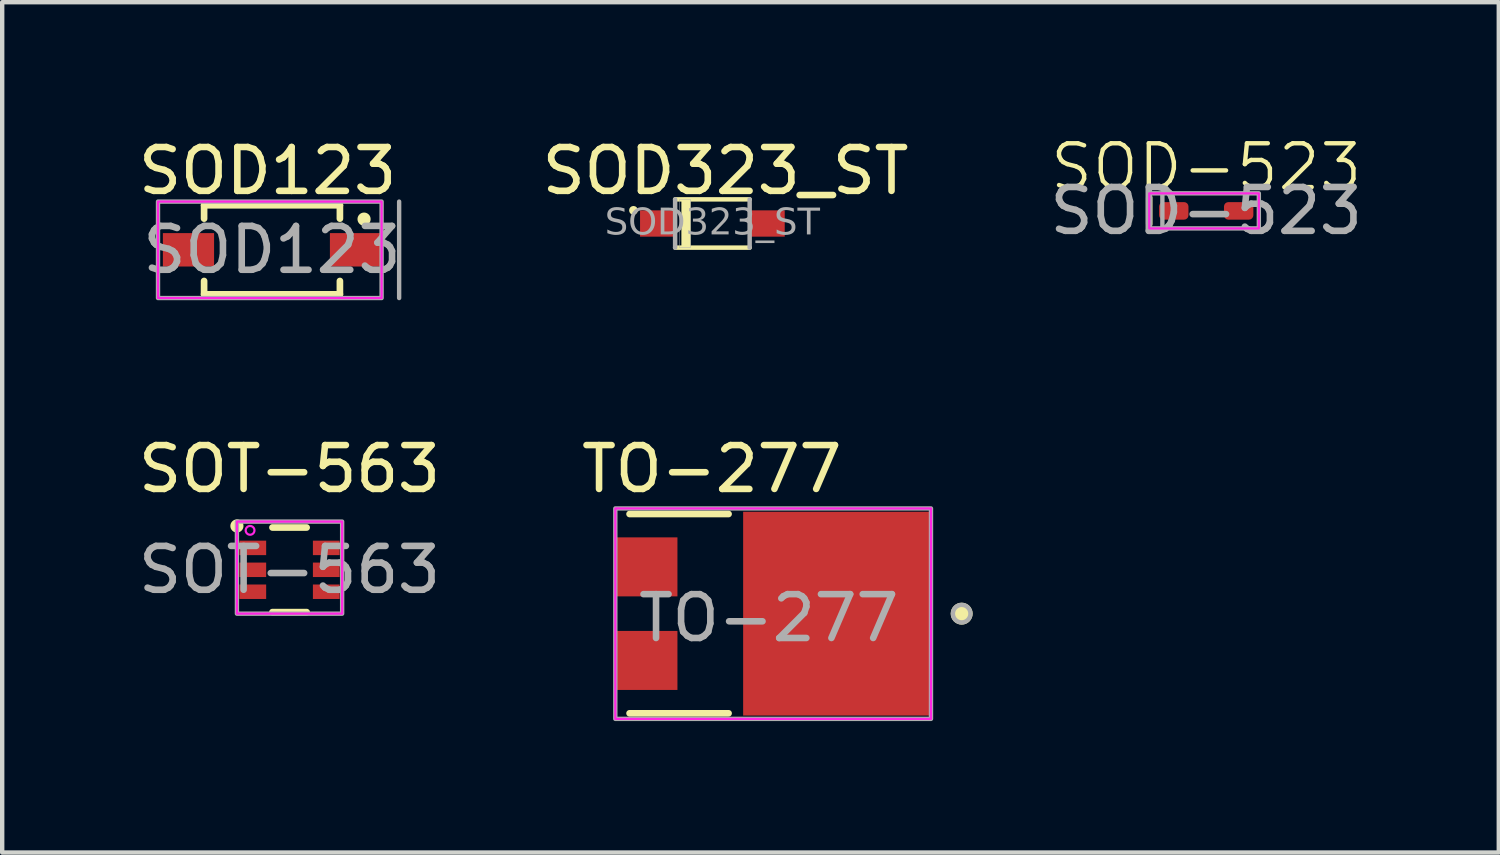
<source format=kicad_pcb>
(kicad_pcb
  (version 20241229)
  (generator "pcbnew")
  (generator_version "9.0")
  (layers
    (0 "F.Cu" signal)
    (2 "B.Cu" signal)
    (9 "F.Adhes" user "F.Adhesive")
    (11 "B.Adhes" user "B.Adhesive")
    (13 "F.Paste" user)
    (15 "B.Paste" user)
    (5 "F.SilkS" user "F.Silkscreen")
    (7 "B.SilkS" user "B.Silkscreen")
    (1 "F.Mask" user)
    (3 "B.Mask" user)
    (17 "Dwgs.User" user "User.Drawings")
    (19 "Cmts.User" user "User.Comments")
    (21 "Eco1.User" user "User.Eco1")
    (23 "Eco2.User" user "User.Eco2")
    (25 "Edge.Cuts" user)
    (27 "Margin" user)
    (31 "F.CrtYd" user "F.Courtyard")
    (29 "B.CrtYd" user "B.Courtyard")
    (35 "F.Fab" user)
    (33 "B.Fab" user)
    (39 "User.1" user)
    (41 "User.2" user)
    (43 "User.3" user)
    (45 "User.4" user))
  (footprint "SOT-563"
    (layer "F.Cu")
    (at 3.554 9.947)
    (property "Reference" "SOT-563" (at 0 -2.3 0) (unlocked yes) (layer "F.SilkS") (effects (font (size 1 1) (thickness 0.15))))
    (attr smd)
    (fp_line (start -0.39 0.965) (end 0.39 0.965) (stroke (width 0.152) (type solid)) (layer "F.SilkS"))
    (fp_line (start 0.39 -0.965) (end -0.39 -0.965) (stroke (width 0.152) (type solid)) (layer "F.SilkS"))
    (fp_circle (center -1.2 -1) (end -1.1 -1) (stroke (width 0.1) (type solid)) (fill yes) (layer "F.SilkS"))
    (fp_rect (start -1.2 -1.1) (end 1.2 1) (stroke (width 0.05) (type default)) (fill no) (layer "F.CrtYd"))
    (fp_circle (center -0.9 -0.9) (end -0.8 -0.9) (stroke (width 0.05) (type solid)) (fill no) (layer "F.CrtYd"))
    (fp_rect (start -1.2 -1.1) (end 1.2 1) (stroke (width 0.1) (type default)) (fill no) (layer "F.Fab"))
    (fp_text user "${REFERENCE}" (at 0 0 0) (unlocked yes) (layer "F.Fab") (effects (font (size 1 1) (thickness 0.15))))
    (pad "1" smd rect (at -0.838 -0.5) (size 0.61 0.33) (layers "F.Cu" "F.Mask" "F.Paste"))
    (pad "2" smd rect (at -0.838 0) (size 0.61 0.33) (layers "F.Cu" "F.Mask" "F.Paste"))
    (pad "3" smd rect (at -0.838 0.5) (size 0.61 0.33) (layers "F.Cu" "F.Mask" "F.Paste"))
    (pad "4" smd rect (at 0.838 0.5) (size 0.61 0.33) (layers "F.Cu" "F.Mask" "F.Paste"))
    (pad "5" smd rect (at 0.838 0) (size 0.61 0.33) (layers "F.Cu" "F.Mask" "F.Paste"))
    (pad "6" smd rect (at 0.838 -0.5) (size 0.61 0.33) (layers "F.Cu" "F.Mask" "F.Paste")))
  (footprint "SOD-523"
    (layer "F.Cu")
    (at 24.463 1.76)
    (property "Reference" "SOD-523" (at 0 -1 0) (unlocked yes) (layer "F.SilkS") (effects (font (size 1 1) (thickness 0.1))))
    (attr smd)
    (fp_line (start -1.3 -0.3) (end -1.3 0.3) (stroke (width 0.15) (type default)) (layer "F.SilkS"))
    (fp_rect (start -1.3 -0.4) (end 1.2 0.4) (stroke (width 0.05) (type default)) (fill no) (layer "F.CrtYd"))
    (fp_line (start -1 -0.4) (end -1 0.4) (stroke (width 0.1) (type default)) (layer "F.Fab"))
    (fp_rect (start -1.3 -0.4) (end 1.2 0.4) (stroke (width 0.1) (type default)) (fill no) (layer "F.Fab"))
    (fp_text user "${REFERENCE}" (at 0 0 0) (unlocked yes) (layer "F.Fab") (effects (font (size 1 1) (thickness 0.15))))
    (pad "A" smd roundrect (at 0.74 0) (size 0.67 0.4) (layers "F.Cu" "F.Mask" "F.Paste") (roundrect_rratio 0.25))
    (pad "C" smd roundrect (at -0.74 0) (size 0.67 0.4) (layers "F.Cu" "F.Mask" "F.Paste") (roundrect_rratio 0.25)))
  (footprint "SOD123"
    (layer "F.Cu")
    (at 3.154 2.648)
    (property "Reference" "SOD123" (at -0.1 -1.8 0) (layer "F.SilkS") (effects (font (size 1 1) (thickness 0.15))))
    (attr smd)
    (fp_line (start -1.549 -1.016) (end -1.549 -0.711) (stroke (width 0.152) (type solid)) (layer "F.SilkS"))
    (fp_line (start -1.549 0.711) (end -1.549 1.016) (stroke (width 0.152) (type solid)) (layer "F.SilkS"))
    (fp_line (start -1.549 1.016) (end 1.549 1.016) (stroke (width 0.152) (type solid)) (layer "F.SilkS"))
    (fp_line (start 1.549 -1.016) (end -1.549 -1.016) (stroke (width 0.152) (type solid)) (layer "F.SilkS"))
    (fp_line (start 1.549 -0.711) (end 1.549 -1.016) (stroke (width 0.152) (type solid)) (layer "F.SilkS"))
    (fp_line (start 1.549 1.016) (end 1.549 0.711) (stroke (width 0.152) (type solid)) (layer "F.SilkS"))
    (fp_circle (center 2.1 -0.7) (end 2.2 -0.7) (stroke (width 0.1) (type solid)) (fill yes) (layer "F.SilkS"))
    (fp_rect (start -2.6 -1.1) (end 2.5 1.1) (stroke (width 0.05) (type default)) (fill no) (layer "F.CrtYd"))
    (fp_line (start 2.9 -1.1) (end 2.9 1.1) (stroke (width 0.1) (type default)) (layer "F.Fab"))
    (fp_rect (start -2.6 -1.1) (end 2.5 1.1) (stroke (width 0.1) (type default)) (fill no) (layer "F.Fab"))
    (fp_text user "${REFERENCE}" (at 0 0 0) (unlocked yes) (layer "F.Fab") (effects (font (size 1 1) (thickness 0.15))))
    (pad "A" smd rect (at -1.905 0) (size 1.168 0.762) (layers "F.Cu" "F.Mask" "F.Paste"))
    (pad "C" smd rect (at 1.905 0) (size 1.168 0.762) (layers "F.Cu" "F.Mask" "F.Paste")))
  (footprint "SOD323_ST"
    (layer "F.Cu")
    (at 13.199 2.048)
    (property "Reference" "SOD323_ST" (at 0.3 -1.2 0) (layer "F.SilkS") (effects (font (size 1 1) (thickness 0.15))))
    (attr smd)
    (fp_line (start -0.85 -0.55) (end 0.85 -0.55) (stroke (width 0.102) (type solid)) (layer "F.SilkS"))
    (fp_line (start 0.85 0.55) (end -0.85 0.55) (stroke (width 0.102) (type solid)) (layer "F.SilkS"))
    (fp_circle (center -1.8 -0.3) (end -1.8 -0.3) (stroke (width 0.1) (type default)) (fill no) (layer "F.SilkS"))
    (fp_poly (pts (xy -0.7 -0.55) (xy -0.5 -0.55) (xy -0.5 0.55) (xy -0.7 0.55)) (stroke (width 0.01) (type solid)) (fill yes) (layer "F.SilkS"))
    (fp_line (start -0.85 0.55) (end -0.85 -0.55) (stroke (width 0.102) (type solid)) (layer "F.Fab"))
    (fp_line (start 0.85 -0.55) (end 0.85 0.55) (stroke (width 0.102) (type solid)) (layer "F.Fab"))
    (fp_poly (pts (xy -0.75 -0.55) (xy -0.5 -0.55) (xy -0.5 0.55) (xy -0.75 0.55)) (stroke (width 0.01) (type solid)) (fill no) (layer "F.Fab"))
    (fp_text user "${REFERENCE}" (at 0 0 0) (unlocked yes) (layer "F.Fab") (effects (font (face "Arial") (size 0.6 0.6) (thickness 0.15))))
    (pad "A" smd rect (at 1.25 0) (size 0.8 0.6) (layers "F.Cu" "F.Mask" "F.Paste"))
    (pad "C" smd rect (at -1.25 0) (size 0.8 0.6) (layers "F.Cu" "F.Mask" "F.Paste")))
  (footprint "TO-277"
    (layer "F.Cu")
    (at 14.485 10.947)
    (property "Reference" "TO-277" (at -1.3 -3.3 0) (unlocked yes) (layer "F.SilkS") (effects (font (size 1 1) (thickness 0.15))))
    (attr smd)
    (fp_line (start -3.175 2.273) (end -0.917 2.273) (stroke (width 0.152) (type solid)) (layer "F.SilkS"))
    (fp_line (start -0.917 -2.273) (end -3.175 -2.273) (stroke (width 0.152) (type solid)) (layer "F.SilkS"))
    (fp_circle (center 4.4 0) (end 4.4 0.2) (stroke (width 0.1) (type solid)) (fill yes) (layer "F.SilkS"))
    (fp_rect (start -3.5 -2.4) (end 3.7 2.4) (stroke (width 0.05) (type default)) (fill no) (layer "F.CrtYd"))
    (fp_rect (start -3.5 -2.4) (end 3.7 2.4) (stroke (width 0.1) (type default)) (fill no) (layer "F.Fab"))
    (fp_circle (center 4.4 0) (end 4.4 0.2) (stroke (width 0.1) (type solid)) (fill no) (layer "F.Fab"))
    (fp_text user "${REFERENCE}" (at 0 0.1 0) (unlocked yes) (layer "F.Fab") (effects (font (size 1 1) (thickness 0.15))))
    (pad "1" smd rect (at -2.807 1.067) (size 1.448 1.346) (layers "F.Cu" "F.Mask" "F.Paste"))
    (pad "2" smd rect (at -2.807 -1.067) (size 1.448 1.346) (layers "F.Cu" "F.Mask" "F.Paste"))
    (pad "3" smd rect (at 1.549 0) (size 4.267 4.648) (layers "F.Cu" "F.Mask" "F.Paste")))
  (gr_rect
    (start -3 -3)
    (end 31.136 16.396)
    (stroke (width 0.1) (type default))
    (fill no)
    (layer "Edge.Cuts")))
</source>
